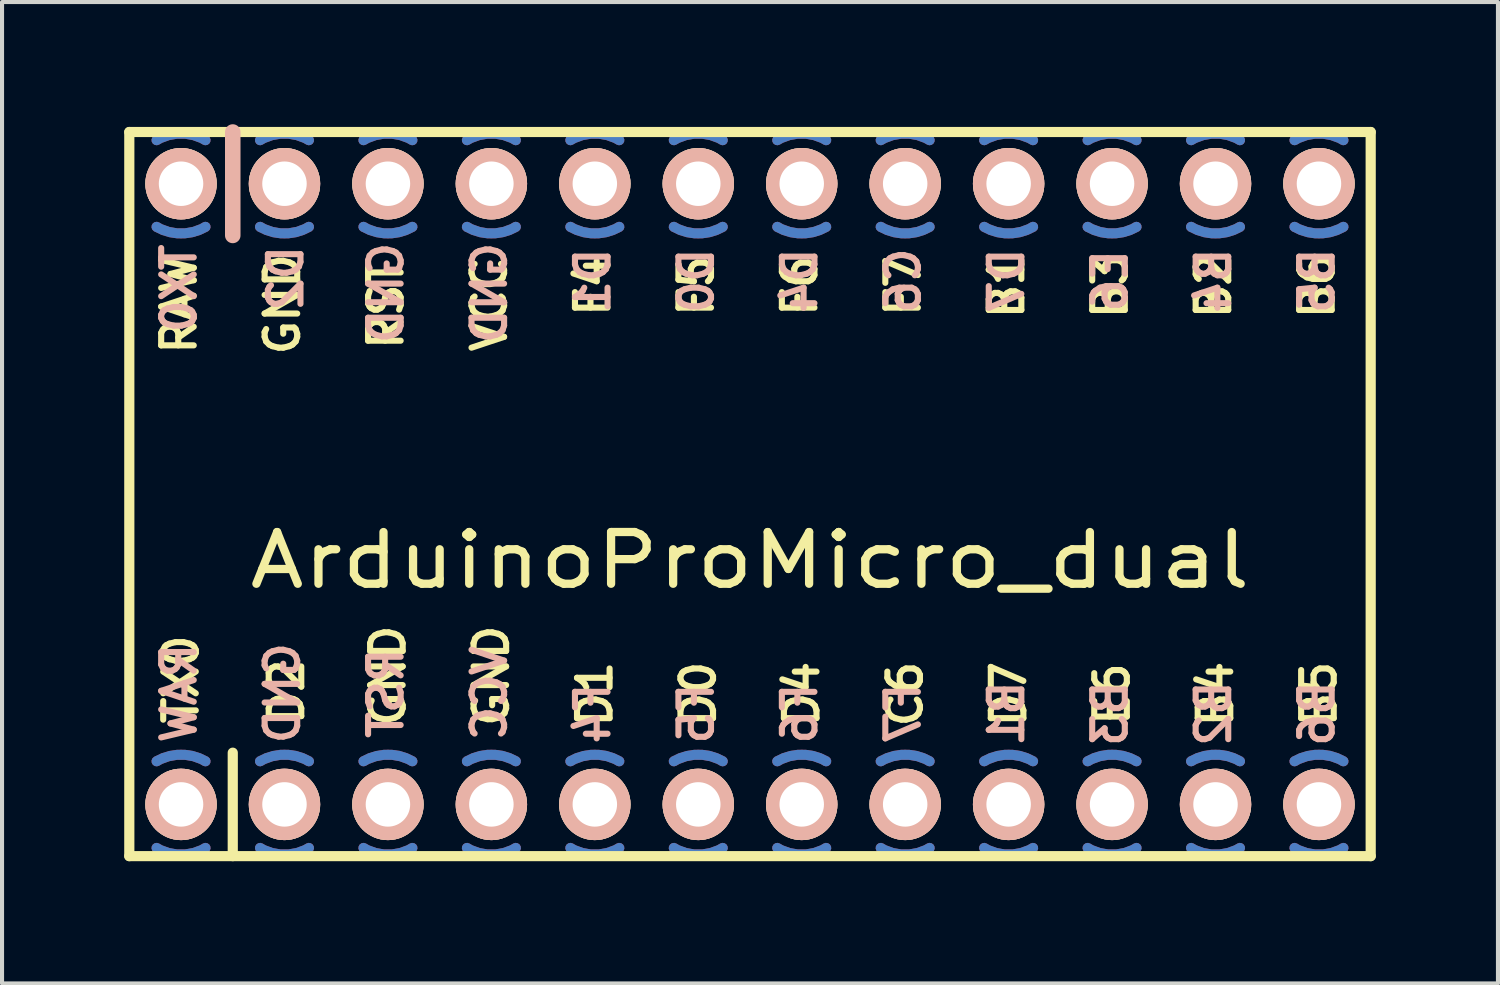
<source format=kicad_pcb>
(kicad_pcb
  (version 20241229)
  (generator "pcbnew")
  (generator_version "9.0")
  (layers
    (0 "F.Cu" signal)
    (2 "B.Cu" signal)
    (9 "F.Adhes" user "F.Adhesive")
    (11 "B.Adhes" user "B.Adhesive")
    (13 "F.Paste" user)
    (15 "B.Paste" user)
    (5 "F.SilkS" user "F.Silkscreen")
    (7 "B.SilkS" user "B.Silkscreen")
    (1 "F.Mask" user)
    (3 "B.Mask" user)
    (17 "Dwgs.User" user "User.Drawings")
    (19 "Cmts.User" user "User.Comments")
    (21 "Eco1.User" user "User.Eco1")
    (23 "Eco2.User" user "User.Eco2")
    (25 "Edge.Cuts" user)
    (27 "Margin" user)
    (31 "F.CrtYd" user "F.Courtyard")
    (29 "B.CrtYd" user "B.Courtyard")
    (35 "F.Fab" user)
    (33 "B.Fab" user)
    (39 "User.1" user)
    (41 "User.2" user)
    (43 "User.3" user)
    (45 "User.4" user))
  (footprint "ArduinoProMicro_dual"
    (layer "F.Cu")
    (at 15.365 9.081)
    (property "Reference" "ArduinoProMicro_dual" (at 0 1.625 0) (layer "F.SilkS") (effects (font (size 1.27 1.524) (thickness 0.203))))
    (attr through_hole)
    (fp_line (start -15.24 -8.89) (end -15.24 8.89) (stroke (width 0.25) (type solid)) (layer "F.SilkS"))
    (fp_line (start -15.24 8.89) (end 15.24 8.89) (stroke (width 0.25) (type solid)) (layer "F.SilkS"))
    (fp_line (start -12.7 6.35) (end -12.7 8.89) (stroke (width 0.25) (type solid)) (layer "F.SilkS"))
    (fp_line (start 15.24 -8.89) (end -15.24 -8.89) (stroke (width 0.25) (type solid)) (layer "F.SilkS"))
    (fp_line (start 15.24 8.89) (end 15.24 -8.89) (stroke (width 0.25) (type solid)) (layer "F.SilkS"))
    (fp_line (start -12.7 -8.89) (end -12.7 -6.35) (stroke (width 0.381) (type solid)) (layer "B.SilkS"))
    (fp_text user "B6" (at 13.92 -5.111 90) (layer "F.SilkS") (effects (font (size 0.8 0.8) (thickness 0.15))))
    (fp_text user "F7" (at 3.76 -5.111 90) (layer "F.SilkS") (effects (font (size 0.8 0.8) (thickness 0.15))))
    (fp_text user "GND" (at -8.89 4.461 90) (layer "F.SilkS") (effects (font (size 0.8 0.8) (thickness 0.15))))
    (fp_text user "TX0" (at -13.97 4.549 90) (layer "F.SilkS") (effects (font (size 0.8 0.8) (thickness 0.15))))
    (fp_text user "B5" (at 13.97 4.911 90) (layer "F.SilkS") (effects (font (size 0.8 0.8) (thickness 0.15))))
    (fp_text user "D2" (at -11.38 4.861 90) (layer "F.SilkS") (effects (font (size 0.8 0.8) (thickness 0.15))))
    (fp_text user "F6" (at 1.22 -5.111 90) (layer "F.SilkS") (effects (font (size 0.8 0.8) (thickness 0.15))))
    (fp_text user "D4" (at 1.27 4.911 90) (layer "F.SilkS") (effects (font (size 0.8 0.8) (thickness 0.15))))
    (fp_text user "RST" (at -8.94 -4.661 90) (layer "F.SilkS") (effects (font (size 0.8 0.8) (thickness 0.15))))
    (fp_text user "GND" (at -11.48 -4.661 90) (layer "F.SilkS") (effects (font (size 0.8 0.8) (thickness 0.15))))
    (fp_text user "B1" (at 6.3 -5.111 90) (layer "F.SilkS") (effects (font (size 0.8 0.8) (thickness 0.15))))
    (fp_text user "B4" (at 11.43 4.911 90) (layer "F.SilkS") (effects (font (size 0.8 0.8) (thickness 0.15))))
    (fp_text user "GND" (at -6.35 4.461 90) (layer "F.SilkS") (effects (font (size 0.8 0.8) (thickness 0.15))))
    (fp_text user "F4" (at -3.86 -5.111 90) (layer "F.SilkS") (effects (font (size 0.8 0.8) (thickness 0.15))))
    (fp_text user "C6" (at 3.81 4.911 90) (layer "F.SilkS") (effects (font (size 0.8 0.8) (thickness 0.15))))
    (fp_text user "D0" (at -1.27 4.911 90) (layer "F.SilkS") (effects (font (size 0.8 0.8) (thickness 0.15))))
    (fp_text user "RAW" (at -14.02 -4.661 90) (layer "F.SilkS") (effects (font (size 0.8 0.8) (thickness 0.15))))
    (fp_text user "D1" (at -3.81 4.911 90) (layer "F.SilkS") (effects (font (size 0.8 0.8) (thickness 0.15))))
    (fp_text user "D7" (at 6.35 4.911 90) (layer "F.SilkS") (effects (font (size 0.8 0.8) (thickness 0.15))))
    (fp_text user "B3" (at 8.84 -5.111 90) (layer "F.SilkS") (effects (font (size 0.8 0.8) (thickness 0.15))))
    (fp_text user "F5" (at -1.32 -5.111 90) (layer "F.SilkS") (effects (font (size 0.8 0.8) (thickness 0.15))))
    (fp_text user "E6" (at 8.89 4.911 90) (layer "F.SilkS") (effects (font (size 0.8 0.8) (thickness 0.15))))
    (fp_text user "B2" (at 11.38 -5.111 90) (layer "F.SilkS") (effects (font (size 0.8 0.8) (thickness 0.15))))
    (fp_text user "VCC" (at -6.4 -4.661 90) (layer "F.SilkS") (effects (font (size 0.8 0.8) (thickness 0.15))))
    (fp_text user "B3" (at 8.84 5.389 90) (layer "B.SilkS") (effects (font (size 0.8 0.8) (thickness 0.15)) (justify mirror)))
    (fp_text user "B4" (at 11.38 -5.239 90) (layer "B.SilkS") (effects (font (size 0.8 0.8) (thickness 0.15)) (justify mirror)))
    (fp_text user "D0" (at -1.32 -5.239 90) (layer "B.SilkS") (effects (font (size 0.8 0.8) (thickness 0.15)) (justify mirror)))
    (fp_text user "C6" (at 3.76 -5.239 90) (layer "B.SilkS") (effects (font (size 0.8 0.8) (thickness 0.15)) (justify mirror)))
    (fp_text user "RAW" (at -14.02 4.889 90) (layer "B.SilkS") (effects (font (size 0.8 0.8) (thickness 0.15)) (justify mirror)))
    (fp_text user "F5" (at -1.32 5.389 90) (layer "B.SilkS") (effects (font (size 0.8 0.8) (thickness 0.15)) (justify mirror)))
    (fp_text user "D1" (at -3.86 -5.239 90) (layer "B.SilkS") (effects (font (size 0.8 0.8) (thickness 0.15)) (justify mirror)))
    (fp_text user "B6" (at 13.92 5.389 90) (layer "B.SilkS") (effects (font (size 0.8 0.8) (thickness 0.15)) (justify mirror)))
    (fp_text user "D4" (at 1.22 -5.239 90) (layer "B.SilkS") (effects (font (size 0.8 0.8) (thickness 0.15)) (justify mirror)))
    (fp_text user "F7" (at 3.76 5.389 90) (layer "B.SilkS") (effects (font (size 0.8 0.8) (thickness 0.15)) (justify mirror)))
    (fp_text user "VCC" (at -6.4 4.889 90) (layer "B.SilkS") (effects (font (size 0.8 0.8) (thickness 0.15)) (justify mirror)))
    (fp_text user "B5" (at 13.92 -5.239 90) (layer "B.SilkS") (effects (font (size 0.8 0.8) (thickness 0.15)) (justify mirror)))
    (fp_text user "B2" (at 11.38 5.389 90) (layer "B.SilkS") (effects (font (size 0.8 0.8) (thickness 0.15)) (justify mirror)))
    (fp_text user "GND" (at -6.4 -4.939 90) (layer "B.SilkS") (effects (font (size 0.8 0.8) (thickness 0.15)) (justify mirror)))
    (fp_text user "F6" (at 1.22 5.389 90) (layer "B.SilkS") (effects (font (size 0.8 0.8) (thickness 0.15)) (justify mirror)))
    (fp_text user "B1" (at 6.3 5.389 90) (layer "B.SilkS") (effects (font (size 0.8 0.8) (thickness 0.15)) (justify mirror)))
    (fp_text user "D2" (at -11.4 -5.3 90) (layer "B.SilkS") (effects (font (size 0.8 0.8) (thickness 0.15)) (justify mirror)))
    (fp_text user "D7" (at 6.3 -5.239 90) (layer "B.SilkS") (effects (font (size 0.8 0.8) (thickness 0.15)) (justify mirror)))
    (fp_text user "F4" (at -3.86 5.389 90) (layer "B.SilkS") (effects (font (size 0.8 0.8) (thickness 0.15)) (justify mirror)))
    (fp_text user "GND" (at -8.94 -4.939 90) (layer "B.SilkS") (effects (font (size 0.8 0.8) (thickness 0.15)) (justify mirror)))
    (fp_text user "TX0" (at -14.02 -5.05 90) (layer "B.SilkS") (effects (font (size 0.8 0.8) (thickness 0.15)) (justify mirror)))
    (fp_text user "E6" (at 8.84 -5.239 90) (layer "B.SilkS") (effects (font (size 0.8 0.8) (thickness 0.15)) (justify mirror)))
    (fp_text user "RST" (at -8.94 4.889 90) (layer "B.SilkS") (effects (font (size 0.8 0.8) (thickness 0.15)) (justify mirror)))
    (fp_text user "GND" (at -11.48 4.889 90) (layer "B.SilkS") (effects (font (size 0.8 0.8) (thickness 0.15)) (justify mirror)))
    (pad "" thru_hole circle (at -13.97 -7.62) (size 1.753 1.753) (drill 1.092) (layers "*.Cu" "*.SilkS" "*.Mask"))
    (pad "" thru_hole circle (at -13.97 7.62) (size 1.753 1.753) (drill 1.092) (layers "*.Cu" "*.SilkS" "*.Mask"))
    (pad "" thru_hole circle (at -11.43 -7.62) (size 1.753 1.753) (drill 1.092) (layers "*.Cu" "*.SilkS" "*.Mask"))
    (pad "" thru_hole circle (at -11.43 7.62) (size 1.753 1.753) (drill 1.092) (layers "*.Cu" "*.SilkS" "*.Mask"))
    (pad "" thru_hole circle (at -8.89 -7.62) (size 1.753 1.753) (drill 1.092) (layers "*.Cu" "*.SilkS" "*.Mask"))
    (pad "" thru_hole circle (at -8.89 7.62) (size 1.753 1.753) (drill 1.092) (layers "*.Cu" "*.SilkS" "*.Mask"))
    (pad "" thru_hole circle (at -6.35 -7.62) (size 1.753 1.753) (drill 1.092) (layers "*.Cu" "*.SilkS" "*.Mask"))
    (pad "" thru_hole circle (at -6.35 7.62) (size 1.753 1.753) (drill 1.092) (layers "*.Cu" "*.SilkS" "*.Mask"))
    (pad "" thru_hole circle (at -3.81 -7.62) (size 1.753 1.753) (drill 1.092) (layers "*.Cu" "*.SilkS" "*.Mask"))
    (pad "" thru_hole circle (at -3.81 7.62) (size 1.753 1.753) (drill 1.092) (layers "*.Cu" "*.SilkS" "*.Mask"))
    (pad "" thru_hole circle (at -1.27 -7.62) (size 1.753 1.753) (drill 1.092) (layers "*.Cu" "*.SilkS" "*.Mask"))
    (pad "" thru_hole circle (at -1.27 7.62) (size 1.753 1.753) (drill 1.092) (layers "*.Cu" "*.SilkS" "*.Mask"))
    (pad "" thru_hole circle (at 1.27 -7.62) (size 1.753 1.753) (drill 1.092) (layers "*.Cu" "*.SilkS" "*.Mask"))
    (pad "" thru_hole circle (at 1.27 7.62) (size 1.753 1.753) (drill 1.092) (layers "*.Cu" "*.SilkS" "*.Mask"))
    (pad "" thru_hole circle (at 3.81 -7.62) (size 1.753 1.753) (drill 1.092) (layers "*.Cu" "*.SilkS" "*.Mask"))
    (pad "" thru_hole circle (at 3.81 7.62) (size 1.753 1.753) (drill 1.092) (layers "*.Cu" "*.SilkS" "*.Mask"))
    (pad "" thru_hole circle (at 6.35 -7.62) (size 1.753 1.753) (drill 1.092) (layers "*.Cu" "*.SilkS" "*.Mask"))
    (pad "" thru_hole circle (at 6.35 7.62) (size 1.753 1.753) (drill 1.092) (layers "*.Cu" "*.SilkS" "*.Mask"))
    (pad "" thru_hole circle (at 8.89 -7.62) (size 1.753 1.753) (drill 1.092) (layers "*.Cu" "*.SilkS" "*.Mask"))
    (pad "" thru_hole circle (at 8.89 7.62) (size 1.753 1.753) (drill 1.092) (layers "*.Cu" "*.SilkS" "*.Mask"))
    (pad "" thru_hole circle (at 11.43 -7.62) (size 1.753 1.753) (drill 1.092) (layers "*.Cu" "*.SilkS" "*.Mask"))
    (pad "" thru_hole circle (at 11.43 7.62) (size 1.753 1.753) (drill 1.092) (layers "*.Cu" "*.SilkS" "*.Mask"))
    (pad "" thru_hole circle (at 13.97 -7.62) (size 1.753 1.753) (drill 1.092) (layers "*.Cu" "*.SilkS" "*.Mask"))
    (pad "" thru_hole circle (at 13.97 7.62) (size 1.753 1.753) (drill 1.092) (layers "*.Cu" "*.SilkS" "*.Mask"))
    (pad "1" smd custom (at -13.97 -8.85) (size 0.25 0.25) (layers "*.Mask" "B.Cu") (options (anchor circle)) (primitives (gr_arc (start -0.60065 0.160944) (mid 0 0) (end 0.60065 0.160944) (width 0.25))))
    (pad "1" smd custom (at -13.97 -6.4 180) (size 0.25 0.25) (layers "*.Mask" "B.Cu") (options (anchor circle)) (primitives (gr_arc (start -0.60065 0.160944) (mid 0 0) (end 0.60065 0.160944) (width 0.25))))
    (pad "1" smd custom (at -13.97 6.4) (size 0.25 0.25) (layers "*.Mask" "F.Cu") (options (anchor circle)) (primitives (gr_arc (start -0.60065 0.160944) (mid 0 0) (end 0.60065 0.160944) (width 0.25))))
    (pad "1" smd custom (at -13.97 8.85 180) (size 0.25 0.25) (layers "*.Mask" "F.Cu") (options (anchor circle)) (primitives (gr_arc (start -0.60065 0.160944) (mid 0 0) (end 0.60065 0.160944) (width 0.25))))
    (pad "2" smd custom (at -11.43 -8.85) (size 0.25 0.25) (layers "*.Mask" "B.Cu") (options (anchor circle)) (primitives (gr_arc (start -0.60065 0.160944) (mid 0 0) (end 0.60065 0.160944) (width 0.25))))
    (pad "2" smd custom (at -11.43 -6.4 180) (size 0.25 0.25) (layers "*.Mask" "B.Cu") (options (anchor circle)) (primitives (gr_arc (start -0.60065 0.160944) (mid 0 0) (end 0.60065 0.160944) (width 0.25))))
    (pad "2" smd custom (at -11.43 6.4) (size 0.25 0.25) (layers "*.Mask" "F.Cu") (options (anchor circle)) (primitives (gr_arc (start -0.60065 0.160944) (mid 0 0) (end 0.60065 0.160944) (width 0.25))))
    (pad "2" smd custom (at -11.43 8.85 180) (size 0.25 0.25) (layers "*.Mask" "F.Cu") (options (anchor circle)) (primitives (gr_arc (start -0.60065 0.160944) (mid 0 0) (end 0.60065 0.160944) (width 0.25))))
    (pad "3" smd custom (at -8.89 -8.85) (size 0.25 0.25) (layers "*.Mask" "B.Cu") (options (anchor circle)) (primitives (gr_arc (start -0.60065 0.160944) (mid 0 0) (end 0.60065 0.160944) (width 0.25))))
    (pad "3" smd custom (at -8.89 -6.4 180) (size 0.25 0.25) (layers "*.Mask" "B.Cu") (options (anchor circle)) (primitives (gr_arc (start -0.60065 0.160944) (mid 0 0) (end 0.60065 0.160944) (width 0.25))))
    (pad "3" smd custom (at -8.89 6.4) (size 0.25 0.25) (layers "*.Mask" "F.Cu") (options (anchor circle)) (primitives (gr_arc (start -0.60065 0.160944) (mid 0 0) (end 0.60065 0.160944) (width 0.25))))
    (pad "3" smd custom (at -8.89 8.85 180) (size 0.25 0.25) (layers "*.Mask" "F.Cu") (options (anchor circle)) (primitives (gr_arc (start -0.60065 0.160944) (mid 0 0) (end 0.60065 0.160944) (width 0.25))))
    (pad "4" smd custom (at -6.35 -8.85) (size 0.25 0.25) (layers "*.Mask" "B.Cu") (options (anchor circle)) (primitives (gr_arc (start -0.60065 0.160944) (mid 0 0) (end 0.60065 0.160944) (width 0.25))))
    (pad "4" smd custom (at -6.35 -6.4 180) (size 0.25 0.25) (layers "*.Mask" "B.Cu") (options (anchor circle)) (primitives (gr_arc (start -0.60065 0.160944) (mid 0 0) (end 0.60065 0.160944) (width 0.25))))
    (pad "4" smd custom (at -6.35 6.4) (size 0.25 0.25) (layers "*.Mask" "F.Cu") (options (anchor circle)) (primitives (gr_arc (start -0.60065 0.160944) (mid 0 0) (end 0.60065 0.160944) (width 0.25))))
    (pad "4" smd custom (at -6.35 8.85 180) (size 0.25 0.25) (layers "*.Mask" "F.Cu") (options (anchor circle)) (primitives (gr_arc (start -0.60065 0.160944) (mid 0 0) (end 0.60065 0.160944) (width 0.25))))
    (pad "5" smd custom (at -3.81 -8.85) (size 0.25 0.25) (layers "*.Mask" "B.Cu") (options (anchor circle)) (primitives (gr_arc (start -0.60065 0.160944) (mid 0 0) (end 0.60065 0.160944) (width 0.25))))
    (pad "5" smd custom (at -3.81 -6.4 180) (size 0.25 0.25) (layers "*.Mask" "B.Cu") (options (anchor circle)) (primitives (gr_arc (start -0.60065 0.160944) (mid 0 0) (end 0.60065 0.160944) (width 0.25))))
    (pad "5" smd custom (at -3.81 6.4) (size 0.25 0.25) (layers "*.Mask" "F.Cu") (options (anchor circle)) (primitives (gr_arc (start -0.60065 0.160944) (mid 0 0) (end 0.60065 0.160944) (width 0.25))))
    (pad "5" smd custom (at -3.81 8.85 180) (size 0.25 0.25) (layers "*.Mask" "F.Cu") (options (anchor circle)) (primitives (gr_arc (start -0.60065 0.160944) (mid 0 0) (end 0.60065 0.160944) (width 0.25))))
    (pad "6" smd custom (at -1.27 -8.85) (size 0.25 0.25) (layers "*.Mask" "B.Cu") (options (anchor circle)) (primitives (gr_arc (start -0.60065 0.160944) (mid 0 0) (end 0.60065 0.160944) (width 0.25))))
    (pad "6" smd custom (at -1.27 -6.4 180) (size 0.25 0.25) (layers "*.Mask" "B.Cu") (options (anchor circle)) (primitives (gr_arc (start -0.60065 0.160944) (mid 0 0) (end 0.60065 0.160944) (width 0.25))))
    (pad "6" smd custom (at -1.27 6.4) (size 0.25 0.25) (layers "*.Mask" "F.Cu") (options (anchor circle)) (primitives (gr_arc (start -0.60065 0.160944) (mid 0 0) (end 0.60065 0.160944) (width 0.25))))
    (pad "6" smd custom (at -1.27 8.85 180) (size 0.25 0.25) (layers "*.Mask" "F.Cu") (options (anchor circle)) (primitives (gr_arc (start -0.60065 0.160944) (mid 0 0) (end 0.60065 0.160944) (width 0.25))))
    (pad "7" smd custom (at 1.27 -8.85) (size 0.25 0.25) (layers "*.Mask" "B.Cu") (options (anchor circle)) (primitives (gr_arc (start -0.60065 0.160944) (mid 0 0) (end 0.60065 0.160944) (width 0.25))))
    (pad "7" smd custom (at 1.27 -6.4 180) (size 0.25 0.25) (layers "*.Mask" "B.Cu") (options (anchor circle)) (primitives (gr_arc (start -0.60065 0.160944) (mid 0 0) (end 0.60065 0.160944) (width 0.25))))
    (pad "7" smd custom (at 1.27 6.4) (size 0.25 0.25) (layers "*.Mask" "F.Cu") (options (anchor circle)) (primitives (gr_arc (start -0.60065 0.160944) (mid 0 0) (end 0.60065 0.160944) (width 0.25))))
    (pad "7" smd custom (at 1.27 8.85 180) (size 0.25 0.25) (layers "*.Mask" "F.Cu") (options (anchor circle)) (primitives (gr_arc (start -0.60065 0.160944) (mid 0 0) (end 0.60065 0.160944) (width 0.25))))
    (pad "8" smd custom (at 3.81 -8.85) (size 0.25 0.25) (layers "*.Mask" "B.Cu") (options (anchor circle)) (primitives (gr_arc (start -0.60065 0.160944) (mid 0 0) (end 0.60065 0.160944) (width 0.25))))
    (pad "8" smd custom (at 3.81 -6.4 180) (size 0.25 0.25) (layers "*.Mask" "B.Cu") (options (anchor circle)) (primitives (gr_arc (start -0.60065 0.160944) (mid 0 0) (end 0.60065 0.160944) (width 0.25))))
    (pad "8" smd custom (at 3.81 6.4) (size 0.25 0.25) (layers "*.Mask" "F.Cu") (options (anchor circle)) (primitives (gr_arc (start -0.60065 0.160944) (mid 0 0) (end 0.60065 0.160944) (width 0.25))))
    (pad "8" smd custom (at 3.81 8.85 180) (size 0.25 0.25) (layers "*.Mask" "F.Cu") (options (anchor circle)) (primitives (gr_arc (start -0.60065 0.160944) (mid 0 0) (end 0.60065 0.160944) (width 0.25))))
    (pad "9" smd custom (at 6.35 -8.85) (size 0.25 0.25) (layers "*.Mask" "B.Cu") (options (anchor circle)) (primitives (gr_arc (start -0.60065 0.160944) (mid 0 0) (end 0.60065 0.160944) (width 0.25))))
    (pad "9" smd custom (at 6.35 -6.4 180) (size 0.25 0.25) (layers "*.Mask" "B.Cu") (options (anchor circle)) (primitives (gr_arc (start -0.60065 0.160944) (mid 0 0) (end 0.60065 0.160944) (width 0.25))))
    (pad "9" smd custom (at 6.35 6.4) (size 0.25 0.25) (layers "*.Mask" "F.Cu") (options (anchor circle)) (primitives (gr_arc (start -0.60065 0.160944) (mid 0 0) (end 0.60065 0.160944) (width 0.25))))
    (pad "9" smd custom (at 6.35 8.85 180) (size 0.25 0.25) (layers "*.Mask" "F.Cu") (options (anchor circle)) (primitives (gr_arc (start -0.60065 0.160944) (mid 0 0) (end 0.60065 0.160944) (width 0.25))))
    (pad "10" smd custom (at 8.89 -8.85) (size 0.25 0.25) (layers "*.Mask" "B.Cu") (options (anchor circle)) (primitives (gr_arc (start -0.60065 0.160944) (mid 0 0) (end 0.60065 0.160944) (width 0.25))))
    (pad "10" smd custom (at 8.89 -6.4 180) (size 0.25 0.25) (layers "*.Mask" "B.Cu") (options (anchor circle)) (primitives (gr_arc (start -0.60065 0.160944) (mid 0 0) (end 0.60065 0.160944) (width 0.25))))
    (pad "10" smd custom (at 8.89 6.4) (size 0.25 0.25) (layers "*.Mask" "F.Cu") (options (anchor circle)) (primitives (gr_arc (start -0.60065 0.160944) (mid 0 0) (end 0.60065 0.160944) (width 0.25))))
    (pad "10" smd custom (at 8.89 8.85 180) (size 0.25 0.25) (layers "*.Mask" "F.Cu") (options (anchor circle)) (primitives (gr_arc (start -0.60065 0.160944) (mid 0 0) (end 0.60065 0.160944) (width 0.25))))
    (pad "11" smd custom (at 11.43 -8.85) (size 0.25 0.25) (layers "*.Mask" "B.Cu") (options (anchor circle)) (primitives (gr_arc (start -0.60065 0.160944) (mid 0 0) (end 0.60065 0.160944) (width 0.25))))
    (pad "11" smd custom (at 11.43 -6.4 180) (size 0.25 0.25) (layers "*.Mask" "B.Cu") (options (anchor circle)) (primitives (gr_arc (start -0.60065 0.160944) (mid 0 0) (end 0.60065 0.160944) (width 0.25))))
    (pad "11" smd custom (at 11.43 6.4) (size 0.25 0.25) (layers "*.Mask" "F.Cu") (options (anchor circle)) (primitives (gr_arc (start -0.60065 0.160944) (mid 0 0) (end 0.60065 0.160944) (width 0.25))))
    (pad "11" smd custom (at 11.43 8.85 180) (size 0.25 0.25) (layers "*.Mask" "F.Cu") (options (anchor circle)) (primitives (gr_arc (start -0.60065 0.160944) (mid 0 0) (end 0.60065 0.160944) (width 0.25))))
    (pad "12" smd custom (at 13.97 -8.85) (size 0.25 0.25) (layers "*.Mask" "B.Cu") (options (anchor circle)) (primitives (gr_arc (start -0.60065 0.160944) (mid 0 0) (end 0.60065 0.160944) (width 0.25))))
    (pad "12" smd custom (at 13.97 -6.4 180) (size 0.25 0.25) (layers "*.Mask" "B.Cu") (options (anchor circle)) (primitives (gr_arc (start -0.60065 0.160944) (mid 0 0) (end 0.60065 0.160944) (width 0.25))))
    (pad "12" smd custom (at 13.97 6.4) (size 0.25 0.25) (layers "*.Mask" "F.Cu") (options (anchor circle)) (primitives (gr_arc (start -0.60065 0.160944) (mid 0 0) (end 0.60065 0.160944) (width 0.25))))
    (pad "12" smd custom (at 13.97 8.85 180) (size 0.25 0.25) (layers "*.Mask" "F.Cu") (options (anchor circle)) (primitives (gr_arc (start -0.60065 0.160944) (mid 0 0) (end 0.60065 0.160944) (width 0.25))))
    (pad "13" smd custom (at 13.97 -8.85) (size 0.25 0.25) (layers "*.Mask" "F.Cu") (options (anchor circle)) (primitives (gr_arc (start -0.60065 0.160944) (mid 0 0) (end 0.60065 0.160944) (width 0.25))))
    (pad "13" smd custom (at 13.97 -6.4 180) (size 0.25 0.25) (layers "*.Mask" "F.Cu") (options (anchor circle)) (primitives (gr_arc (start -0.60065 0.160944) (mid 0 0) (end 0.60065 0.160944) (width 0.25))))
    (pad "13" smd custom (at 13.97 6.4) (size 0.25 0.25) (layers "*.Mask" "B.Cu") (options (anchor circle)) (primitives (gr_arc (start -0.60065 0.160944) (mid 0 0) (end 0.60065 0.160944) (width 0.25))))
    (pad "13" smd custom (at 13.97 8.85 180) (size 0.25 0.25) (layers "*.Mask" "B.Cu") (options (anchor circle)) (primitives (gr_arc (start -0.60065 0.160944) (mid 0 0) (end 0.60065 0.160944) (width 0.25))))
    (pad "14" smd custom (at 11.43 -8.85) (size 0.25 0.25) (layers "*.Mask" "F.Cu") (options (anchor circle)) (primitives (gr_arc (start -0.60065 0.160944) (mid 0 0) (end 0.60065 0.160944) (width 0.25))))
    (pad "14" smd custom (at 11.43 -6.4 180) (size 0.25 0.25) (layers "*.Mask" "F.Cu") (options (anchor circle)) (primitives (gr_arc (start -0.60065 0.160944) (mid 0 0) (end 0.60065 0.160944) (width 0.25))))
    (pad "14" smd custom (at 11.43 6.4) (size 0.25 0.25) (layers "*.Mask" "B.Cu") (options (anchor circle)) (primitives (gr_arc (start -0.60065 0.160944) (mid 0 0) (end 0.60065 0.160944) (width 0.25))))
    (pad "14" smd custom (at 11.43 8.85 180) (size 0.25 0.25) (layers "*.Mask" "B.Cu") (options (anchor circle)) (primitives (gr_arc (start -0.60065 0.160944) (mid 0 0) (end 0.60065 0.160944) (width 0.25))))
    (pad "15" smd custom (at 8.89 -8.85) (size 0.25 0.25) (layers "*.Mask" "F.Cu") (options (anchor circle)) (primitives (gr_arc (start -0.60065 0.160944) (mid 0 0) (end 0.60065 0.160944) (width 0.25))))
    (pad "15" smd custom (at 8.89 -6.4 180) (size 0.25 0.25) (layers "*.Mask" "F.Cu") (options (anchor circle)) (primitives (gr_arc (start -0.60065 0.160944) (mid 0 0) (end 0.60065 0.160944) (width 0.25))))
    (pad "15" smd custom (at 8.89 6.4) (size 0.25 0.25) (layers "*.Mask" "B.Cu") (options (anchor circle)) (primitives (gr_arc (start -0.60065 0.160944) (mid 0 0) (end 0.60065 0.160944) (width 0.25))))
    (pad "15" smd custom (at 8.89 8.85 180) (size 0.25 0.25) (layers "*.Mask" "B.Cu") (options (anchor circle)) (primitives (gr_arc (start -0.60065 0.160944) (mid 0 0) (end 0.60065 0.160944) (width 0.25))))
    (pad "16" smd custom (at 6.35 -8.85) (size 0.25 0.25) (layers "*.Mask" "F.Cu") (options (anchor circle)) (primitives (gr_arc (start -0.60065 0.160944) (mid 0 0) (end 0.60065 0.160944) (width 0.25))))
    (pad "16" smd custom (at 6.35 -6.4 180) (size 0.25 0.25) (layers "*.Mask" "F.Cu") (options (anchor circle)) (primitives (gr_arc (start -0.60065 0.160944) (mid 0 0) (end 0.60065 0.160944) (width 0.25))))
    (pad "16" smd custom (at 6.35 6.4) (size 0.25 0.25) (layers "*.Mask" "B.Cu") (options (anchor circle)) (primitives (gr_arc (start -0.60065 0.160944) (mid 0 0) (end 0.60065 0.160944) (width 0.25))))
    (pad "16" smd custom (at 6.35 8.85 180) (size 0.25 0.25) (layers "*.Mask" "B.Cu") (options (anchor circle)) (primitives (gr_arc (start -0.60065 0.160944) (mid 0 0) (end 0.60065 0.160944) (width 0.25))))
    (pad "17" smd custom (at 3.81 -8.85) (size 0.25 0.25) (layers "*.Mask" "F.Cu") (options (anchor circle)) (primitives (gr_arc (start -0.60065 0.160944) (mid 0 0) (end 0.60065 0.160944) (width 0.25))))
    (pad "17" smd custom (at 3.81 -6.4 180) (size 0.25 0.25) (layers "*.Mask" "F.Cu") (options (anchor circle)) (primitives (gr_arc (start -0.60065 0.160944) (mid 0 0) (end 0.60065 0.160944) (width 0.25))))
    (pad "17" smd custom (at 3.81 6.4) (size 0.25 0.25) (layers "*.Mask" "B.Cu") (options (anchor circle)) (primitives (gr_arc (start -0.60065 0.160944) (mid 0 0) (end 0.60065 0.160944) (width 0.25))))
    (pad "17" smd custom (at 3.81 8.85 180) (size 0.25 0.25) (layers "*.Mask" "B.Cu") (options (anchor circle)) (primitives (gr_arc (start -0.60065 0.160944) (mid 0 0) (end 0.60065 0.160944) (width 0.25))))
    (pad "18" smd custom (at 1.27 -8.85) (size 0.25 0.25) (layers "*.Mask" "F.Cu") (options (anchor circle)) (primitives (gr_arc (start -0.60065 0.160944) (mid 0 0) (end 0.60065 0.160944) (width 0.25))))
    (pad "18" smd custom (at 1.27 -6.4 180) (size 0.25 0.25) (layers "*.Mask" "F.Cu") (options (anchor circle)) (primitives (gr_arc (start -0.60065 0.160944) (mid 0 0) (end 0.60065 0.160944) (width 0.25))))
    (pad "18" smd custom (at 1.27 6.4) (size 0.25 0.25) (layers "*.Mask" "B.Cu") (options (anchor circle)) (primitives (gr_arc (start -0.60065 0.160944) (mid 0 0) (end 0.60065 0.160944) (width 0.25))))
    (pad "18" smd custom (at 1.27 8.85 180) (size 0.25 0.25) (layers "*.Mask" "B.Cu") (options (anchor circle)) (primitives (gr_arc (start -0.60065 0.160944) (mid 0 0) (end 0.60065 0.160944) (width 0.25))))
    (pad "19" smd custom (at -1.27 -8.85) (size 0.25 0.25) (layers "*.Mask" "F.Cu") (options (anchor circle)) (primitives (gr_arc (start -0.60065 0.160944) (mid 0 0) (end 0.60065 0.160944) (width 0.25))))
    (pad "19" smd custom (at -1.27 -6.4 180) (size 0.25 0.25) (layers "*.Mask" "F.Cu") (options (anchor circle)) (primitives (gr_arc (start -0.60065 0.160944) (mid 0 0) (end 0.60065 0.160944) (width 0.25))))
    (pad "19" smd custom (at -1.27 6.4) (size 0.25 0.25) (layers "*.Mask" "B.Cu") (options (anchor circle)) (primitives (gr_arc (start -0.60065 0.160944) (mid 0 0) (end 0.60065 0.160944) (width 0.25))))
    (pad "19" smd custom (at -1.27 8.85 180) (size 0.25 0.25) (layers "*.Mask" "B.Cu") (options (anchor circle)) (primitives (gr_arc (start -0.60065 0.160944) (mid 0 0) (end 0.60065 0.160944) (width 0.25))))
    (pad "20" smd custom (at -3.81 -8.85) (size 0.25 0.25) (layers "*.Mask" "F.Cu") (options (anchor circle)) (primitives (gr_arc (start -0.60065 0.160944) (mid 0 0) (end 0.60065 0.160944) (width 0.25))))
    (pad "20" smd custom (at -3.81 -6.4 180) (size 0.25 0.25) (layers "*.Mask" "F.Cu") (options (anchor circle)) (primitives (gr_arc (start -0.60065 0.160944) (mid 0 0) (end 0.60065 0.160944) (width 0.25))))
    (pad "20" smd custom (at -3.81 6.4) (size 0.25 0.25) (layers "*.Mask" "B.Cu") (options (anchor circle)) (primitives (gr_arc (start -0.60065 0.160944) (mid 0 0) (end 0.60065 0.160944) (width 0.25))))
    (pad "20" smd custom (at -3.81 8.85 180) (size 0.25 0.25) (layers "*.Mask" "B.Cu") (options (anchor circle)) (primitives (gr_arc (start -0.60065 0.160944) (mid 0 0) (end 0.60065 0.160944) (width 0.25))))
    (pad "21" smd custom (at -6.35 -8.85) (size 0.25 0.25) (layers "*.Mask" "F.Cu") (options (anchor circle)) (primitives (gr_arc (start -0.60065 0.160944) (mid 0 0) (end 0.60065 0.160944) (width 0.25))))
    (pad "21" smd custom (at -6.35 -6.4 180) (size 0.25 0.25) (layers "*.Mask" "F.Cu") (options (anchor circle)) (primitives (gr_arc (start -0.60065 0.160944) (mid 0 0) (end 0.60065 0.160944) (width 0.25))))
    (pad "21" smd custom (at -6.35 6.4) (size 0.25 0.25) (layers "*.Mask" "B.Cu") (options (anchor circle)) (primitives (gr_arc (start -0.60065 0.160944) (mid 0 0) (end 0.60065 0.160944) (width 0.25))))
    (pad "21" smd custom (at -6.35 8.85 180) (size 0.25 0.25) (layers "*.Mask" "B.Cu") (options (anchor circle)) (primitives (gr_arc (start -0.60065 0.160944) (mid 0 0) (end 0.60065 0.160944) (width 0.25))))
    (pad "22" smd custom (at -8.89 -8.85) (size 0.25 0.25) (layers "*.Mask" "F.Cu") (options (anchor circle)) (primitives (gr_arc (start -0.60065 0.160944) (mid 0 0) (end 0.60065 0.160944) (width 0.25))))
    (pad "22" smd custom (at -8.89 -6.4 180) (size 0.25 0.25) (layers "*.Mask" "F.Cu") (options (anchor circle)) (primitives (gr_arc (start -0.60065 0.160944) (mid 0 0) (end 0.60065 0.160944) (width 0.25))))
    (pad "22" smd custom (at -8.89 6.4) (size 0.25 0.25) (layers "*.Mask" "B.Cu") (options (anchor circle)) (primitives (gr_arc (start -0.60065 0.160944) (mid 0 0) (end 0.60065 0.160944) (width 0.25))))
    (pad "22" smd custom (at -8.89 8.85 180) (size 0.25 0.25) (layers "*.Mask" "B.Cu") (options (anchor circle)) (primitives (gr_arc (start -0.60065 0.160944) (mid 0 0) (end 0.60065 0.160944) (width 0.25))))
    (pad "23" smd custom (at -11.43 -8.85) (size 0.25 0.25) (layers "*.Mask" "F.Cu") (options (anchor circle)) (primitives (gr_arc (start -0.60065 0.160944) (mid 0 0) (end 0.60065 0.160944) (width 0.25))))
    (pad "23" smd custom (at -11.43 -6.4 180) (size 0.25 0.25) (layers "*.Mask" "F.Cu") (options (anchor circle)) (primitives (gr_arc (start -0.60065 0.160944) (mid 0 0) (end 0.60065 0.160944) (width 0.25))))
    (pad "23" smd custom (at -11.43 6.4) (size 0.25 0.25) (layers "*.Mask" "B.Cu") (options (anchor circle)) (primitives (gr_arc (start -0.60065 0.160944) (mid 0 0) (end 0.60065 0.160944) (width 0.25))))
    (pad "23" smd custom (at -11.43 8.85 180) (size 0.25 0.25) (layers "*.Mask" "B.Cu") (options (anchor circle)) (primitives (gr_arc (start -0.60065 0.160944) (mid 0 0) (end 0.60065 0.160944) (width 0.25))))
    (pad "24" smd custom (at -13.97 -8.85) (size 0.25 0.25) (layers "*.Mask" "F.Cu") (options (anchor circle)) (primitives (gr_arc (start -0.60065 0.160944) (mid 0 0) (end 0.60065 0.160944) (width 0.25))))
    (pad "24" smd custom (at -13.97 -6.4 180) (size 0.25 0.25) (layers "*.Mask" "F.Cu") (options (anchor circle)) (primitives (gr_arc (start -0.60065 0.160944) (mid 0 0) (end 0.60065 0.160944) (width 0.25))))
    (pad "24" smd custom (at -13.97 6.4) (size 0.25 0.25) (layers "*.Mask" "B.Cu") (options (anchor circle)) (primitives (gr_arc (start -0.60065 0.160944) (mid 0 0) (end 0.60065 0.160944) (width 0.25))))
    (pad "24" smd custom (at -13.97 8.85 180) (size 0.25 0.25) (layers "*.Mask" "B.Cu") (options (anchor circle)) (primitives (gr_arc (start -0.60065 0.160944) (mid 0 0) (end 0.60065 0.160944) (width 0.25)))))
  (gr_rect
    (start -3 -3)
    (end 33.73 21.096)
    (stroke (width 0.1) (type default))
    (fill no)
    (layer "Edge.Cuts")))
</source>
